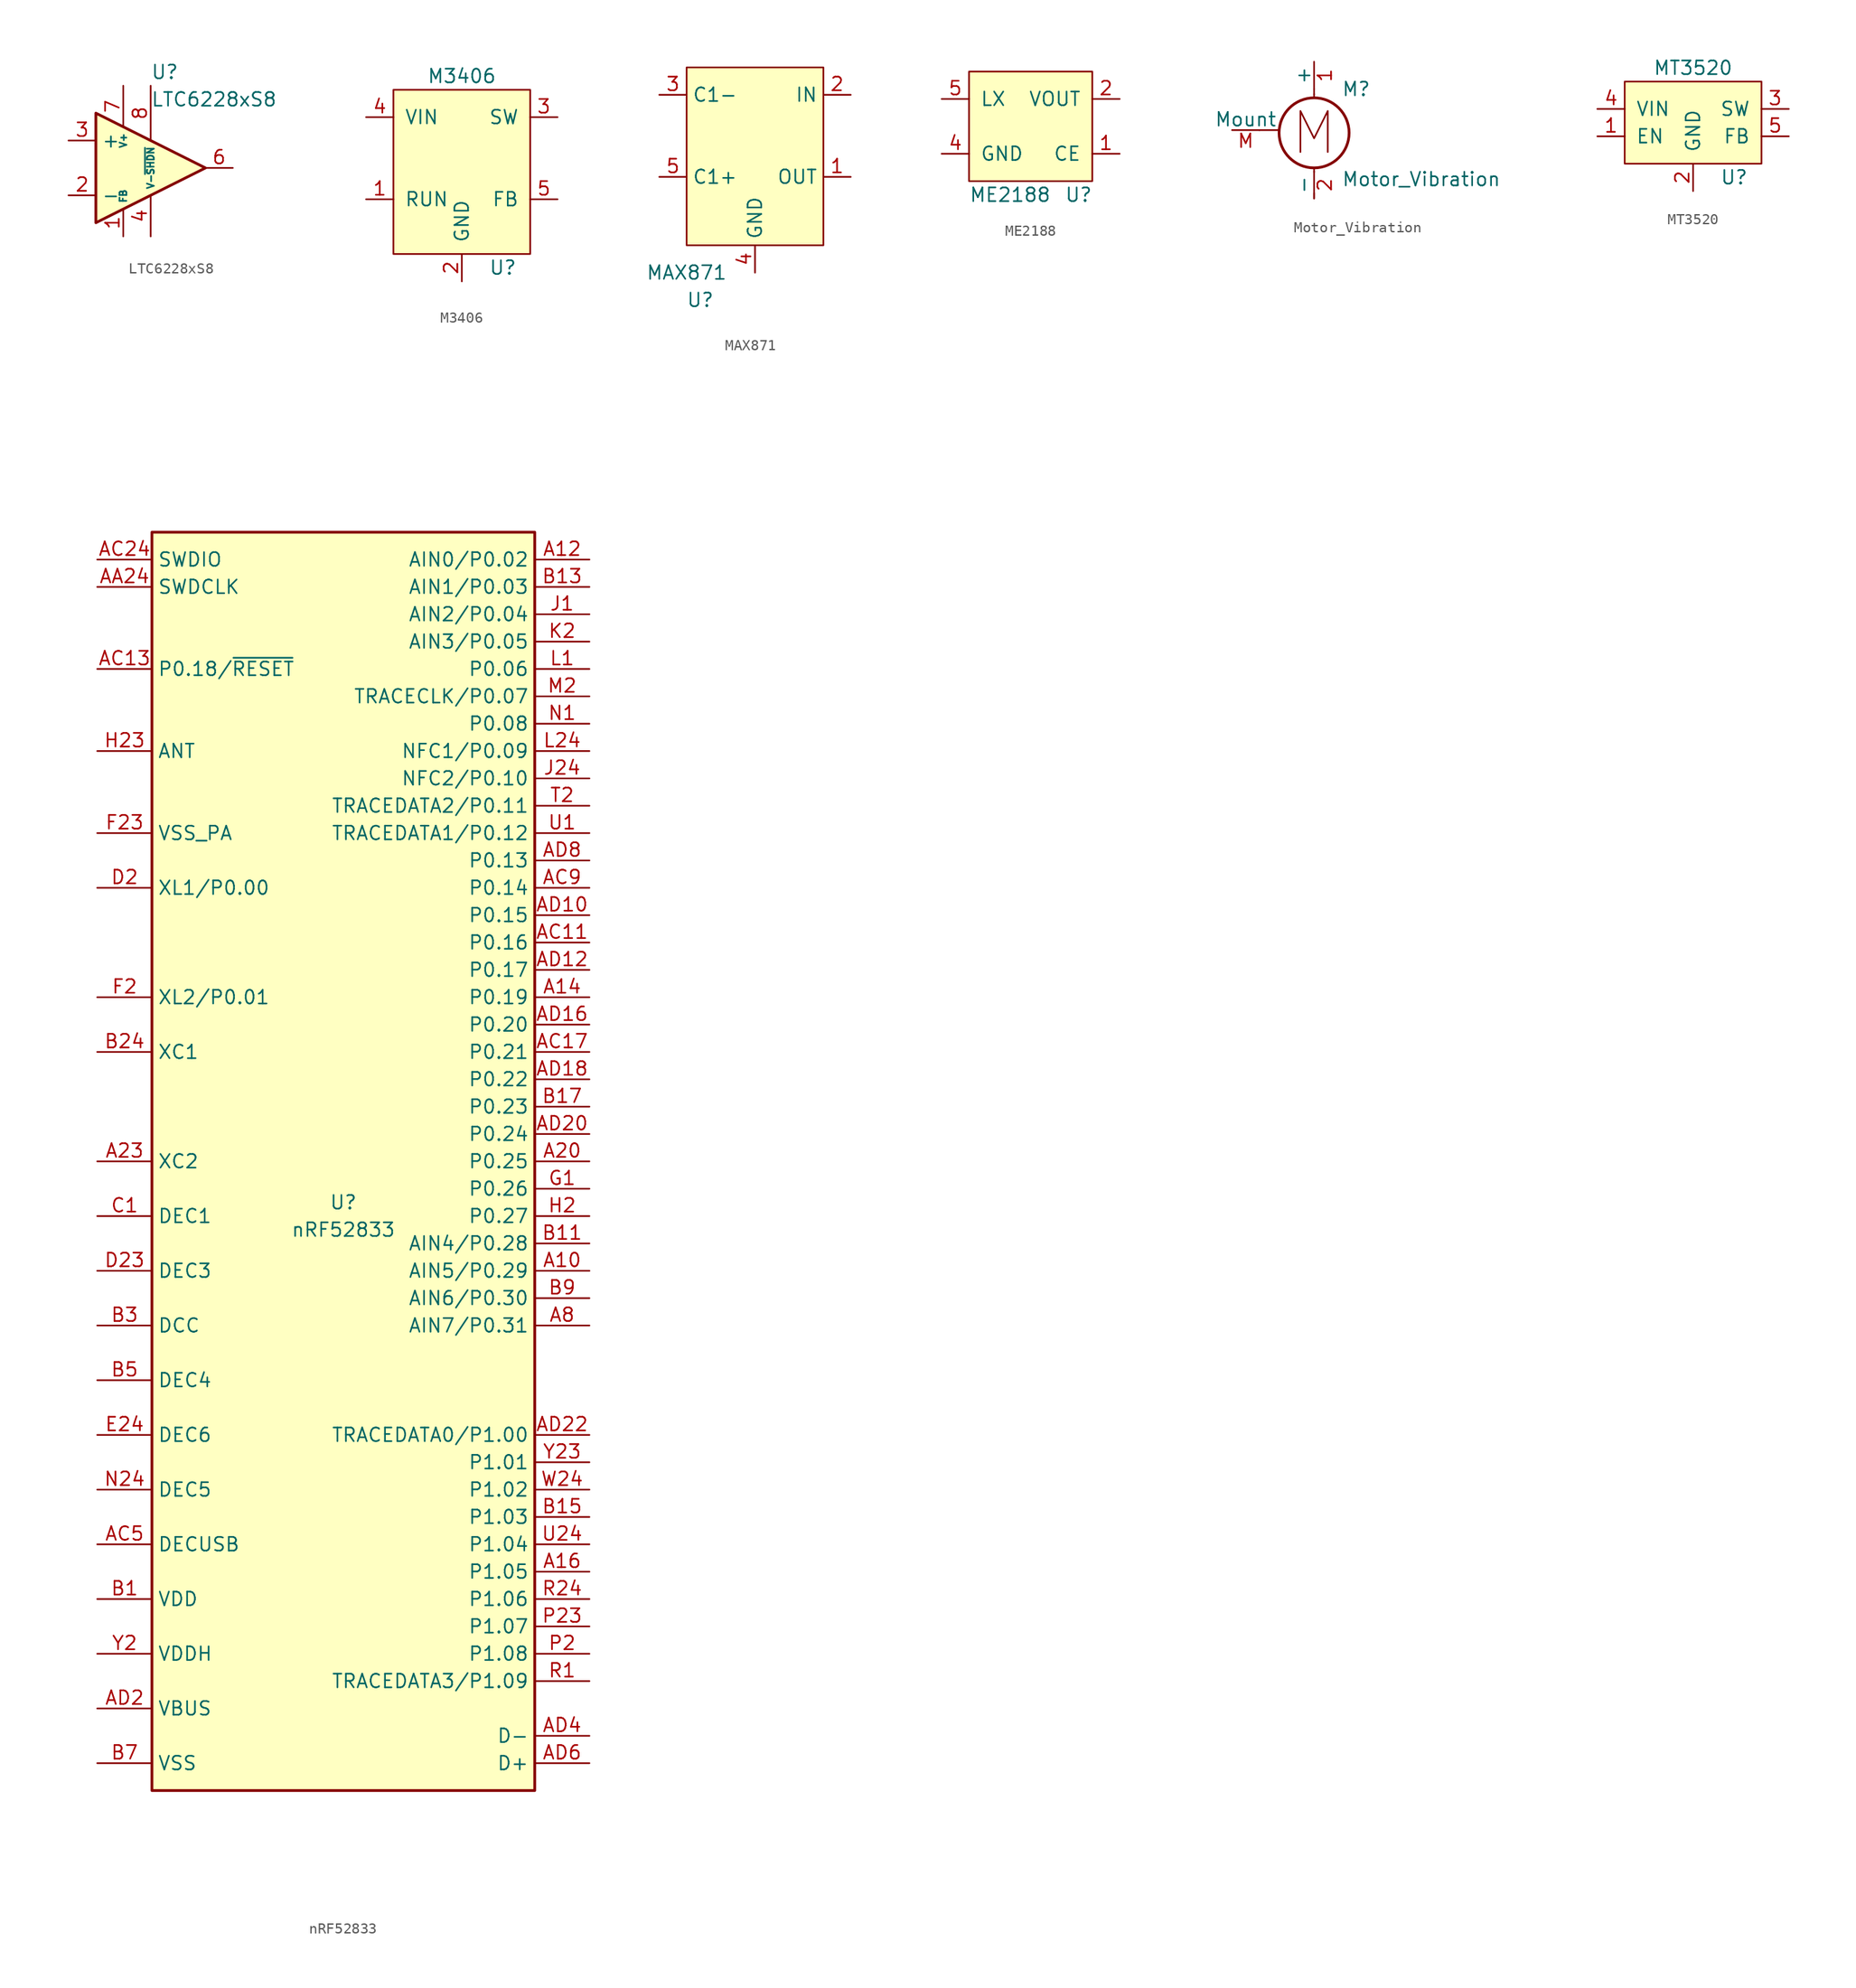
<source format=kicad_sym>
(kicad_symbol_lib
  (version 20211014)
  (generator kicad_symbol_editor)
  (symbol "LTC6228xS8"
    (property "Reference" "U"
      (at 0 8.89 0)
      (effects (font (size 1.27 1.27)) (justify left)))
    (property "Value" "LTC6228xS8"
      (at 0 6.35 0)
      (effects (font (size 1.27 1.27)) (justify left)))
    (symbol "LTC6228xS8_0_1"
      (polyline (pts (xy 5.08 0) (xy -5.08 5.08) (xy -5.08 -5.08) (xy 5.08 0)) (stroke (width 0.254) (type default) (color 0 0 0 0)) (fill (type background))))
    (symbol "LTC6228xS8_1_1"
      (pin output line (at -2.54 -6.35 90) (length 2.54) (name "FB" (effects (font (size 0.635 0.635)))) (number "1" (effects (font (size 1.27 1.27)))))
      (pin input line (at -7.62 -2.54 0) (length 2.54) (name "-" (effects (font (size 1.27 1.27)))) (number "2" (effects (font (size 1.27 1.27)))))
      (pin input line (at -7.62 2.54 0) (length 2.54) (name "+" (effects (font (size 1.27 1.27)))) (number "3" (effects (font (size 1.27 1.27)))))
      (pin power_in line (at 0 -6.35 90) (length 3.81) (name "V-" (effects (font (size 0.635 0.635)))) (number "4" (effects (font (size 1.27 1.27)))))
      (pin passive line (at 0 -6.35 90) (length 3.81) hide (name "V-" (effects (font (size 0.635 0.635)))) (number "5" (effects (font (size 1.27 1.27)))))
      (pin output line (at 7.62 0 180) (length 2.54) (name "~" (effects (font (size 1.27 1.27)))) (number "6" (effects (font (size 1.27 1.27)))))
      (pin power_in line (at -2.54 7.62 270) (length 3.81) (name "V+" (effects (font (size 0.635 0.635)))) (number "7" (effects (font (size 1.27 1.27)))))
      (pin input line (at 0 7.62 270) (length 5.08) (name "~{SHDN}" (effects (font (size 0.635 0.635)))) (number "8" (effects (font (size 1.27 1.27)))))))
  (symbol "M3406"
    (pin_names
      (offset 1.016))
    (property "Reference" "U"
      (at 3.81 -5.08 0)
      (effects (font (size 1.27 1.27))))
    (property "Value" "M3406"
      (at 0 12.7 0)
      (effects (font (size 1.27 1.27))))
    (symbol "M3406_0_1"
      (rectangle (start -6.35 11.43) (end 6.35 -3.81) (stroke (width 0) (type default) (color 0 0 0 0)) (fill (type background))))
    (symbol "M3406_1_1"
      (pin input line (at -8.89 1.27 0) (length 2.54) (name "RUN" (effects (font (size 1.27 1.27)))) (number "1" (effects (font (size 1.27 1.27)))))
      (pin power_in line (at 0 -6.35 90) (length 2.54) (name "GND" (effects (font (size 1.27 1.27)))) (number "2" (effects (font (size 1.27 1.27)))))
      (pin power_out line (at 8.89 8.89 180) (length 2.54) (name "SW" (effects (font (size 1.27 1.27)))) (number "3" (effects (font (size 1.27 1.27)))))
      (pin power_in line (at -8.89 8.89 0) (length 2.54) (name "VIN" (effects (font (size 1.27 1.27)))) (number "4" (effects (font (size 1.27 1.27)))))
      (pin input line (at 8.89 1.27 180) (length 2.54) (name "FB" (effects (font (size 1.27 1.27)))) (number "5" (effects (font (size 1.27 1.27)))))))
  (symbol "MAX871"
    (property "Reference" "U"
      (at -5.08 -5.08 0)
      (effects (font (size 1.27 1.27))))
    (property "Value" "MAX871"
      (at -6.35 -2.54 0)
      (effects (font (size 1.27 1.27))))
    (symbol "MAX871_0_1"
      (rectangle (start -6.35 16.51) (end 6.35 0) (stroke (width 0) (type default) (color 0 0 0 0)) (fill (type background))))
    (symbol "MAX871_1_1"
      (pin power_out line (at 8.89 6.35 180) (length 2.54) (name "OUT" (effects (font (size 1.27 1.27)))) (number "1" (effects (font (size 1.27 1.27)))))
      (pin power_in line (at 8.89 13.97 180) (length 2.54) (name "IN" (effects (font (size 1.27 1.27)))) (number "2" (effects (font (size 1.27 1.27)))))
      (pin passive line (at -8.89 13.97 0) (length 2.54) (name "C1-" (effects (font (size 1.27 1.27)))) (number "3" (effects (font (size 1.27 1.27)))))
      (pin power_in line (at 0 -2.54 90) (length 2.54) (name "GND" (effects (font (size 1.27 1.27)))) (number "4" (effects (font (size 1.27 1.27)))))
      (pin passive line (at -8.89 6.35 0) (length 2.54) (name "C1+" (effects (font (size 1.27 1.27)))) (number "5" (effects (font (size 1.27 1.27)))))))
  (symbol "ME2188"
    (pin_names
      (offset 1.016))
    (property "Reference" "U"
      (at 3.81 1.27 0)
      (effects (font (size 1.27 1.27))))
    (property "Value" "ME2188"
      (at -2.54 1.27 0)
      (effects (font (size 1.27 1.27))))
    (symbol "ME2188_0_1"
      (rectangle (start -6.35 12.7) (end 5.08 2.54) (stroke (width 0) (type default) (color 0 0 0 0)) (fill (type background))))
    (symbol "ME2188_1_0"
      (pin input line (at 7.62 5.08 180) (length 2.54) (name "CE" (effects (font (size 1.27 1.27)))) (number "1" (effects (font (size 1.27 1.27)))))
      (pin output line (at 7.62 10.16 180) (length 2.54) (name "VOUT" (effects (font (size 1.27 1.27)))) (number "2" (effects (font (size 1.27 1.27)))))
      (pin no_connect line (at -1.27 11.43 90) (length 2.54) hide (name "NC" (effects (font (size 1.27 1.27)))) (number "3" (effects (font (size 1.27 1.27)))))
      (pin power_in line (at -8.89 5.08 0) (length 2.54) (name "GND" (effects (font (size 1.27 1.27)))) (number "4" (effects (font (size 1.27 1.27)))))
      (pin power_in line (at -8.89 10.16 0) (length 2.54) (name "LX" (effects (font (size 1.27 1.27)))) (number "5" (effects (font (size 1.27 1.27)))))))
  (symbol "Motor_Vibration"
    (pin_names
      (offset 0))
    (property "Reference" "M"
      (at 2.54 2.54 0)
      (effects (font (size 1.27 1.27)) (justify left)))
    (property "Value" "Motor_Vibration"
      (at 2.54 -5.08 0)
      (effects (font (size 1.27 1.27)) (justify left top)))
    (symbol "Motor_Vibration_0_0"
      (polyline (pts (xy -1.27 -3.302) (xy -1.27 0.508) (xy 0 -2.032) (xy 1.27 0.508) (xy 1.27 -3.302)) (stroke (width 0) (type default) (color 0 0 0 0)) (fill (type none))))
    (symbol "Motor_Vibration_0_1"
      (circle (center 0 -1.524) (radius 3.251) (stroke (width 0.254) (type default) (color 0 0 0 0)) (fill (type none)))
      (polyline (pts (xy -5.08 -1.27) (xy -3.327 -1.27)) (stroke (width 0) (type default) (color 0 0 0 0)) (fill (type none)))
      (polyline (pts (xy 0 -7.62) (xy 0 -7.112)) (stroke (width 0) (type default) (color 0 0 0 0)) (fill (type none)))
      (polyline (pts (xy 0 -4.775) (xy 0 -5.182)) (stroke (width 0) (type default) (color 0 0 0 0)) (fill (type none)))
      (polyline (pts (xy 0 1.727) (xy 0 2.083)) (stroke (width 0) (type default) (color 0 0 0 0)) (fill (type none)))
      (polyline (pts (xy 0 2.032) (xy 0 2.54)) (stroke (width 0) (type default) (color 0 0 0 0)) (fill (type none))))
    (symbol "Motor_Vibration_1_1"
      (pin passive line (at 0 5.08 270) (length 2.54) (name "+" (effects (font (size 1.27 1.27)))) (number "1" (effects (font (size 1.27 1.27)))))
      (pin passive line (at 0 -7.62 90) (length 2.54) (name "-" (effects (font (size 1.27 1.27)))) (number "2" (effects (font (size 1.27 1.27)))))
      (pin passive line (at -7.62 -1.27 0) (length 2.54) (name "Mount" (effects (font (size 1.27 1.27)))) (number "M" (effects (font (size 1.27 1.27)))))))
  (symbol "MT3520"
    (pin_names
      (offset 1.016))
    (property "Reference" "U"
      (at 3.81 -6.35 0)
      (effects (font (size 1.27 1.27))))
    (property "Value" "MT3520"
      (at 0 3.81 0)
      (effects (font (size 1.27 1.27))))
    (symbol "MT3520_0_1"
      (rectangle (start -6.35 2.54) (end 6.35 -5.08) (stroke (width 0) (type default) (color 0 0 0 0)) (fill (type background))))
    (symbol "MT3520_1_1"
      (pin input line (at -8.89 -2.54 0) (length 2.54) (name "EN" (effects (font (size 1.27 1.27)))) (number "1" (effects (font (size 1.27 1.27)))))
      (pin power_in line (at 0 -7.62 90) (length 2.54) (name "GND" (effects (font (size 1.27 1.27)))) (number "2" (effects (font (size 1.27 1.27)))))
      (pin power_out line (at 8.89 0 180) (length 2.54) (name "SW" (effects (font (size 1.27 1.27)))) (number "3" (effects (font (size 1.27 1.27)))))
      (pin power_in line (at -8.89 0 0) (length 2.54) (name "VIN" (effects (font (size 1.27 1.27)))) (number "4" (effects (font (size 1.27 1.27)))))
      (pin input line (at 8.89 -2.54 180) (length 2.54) (name "FB" (effects (font (size 1.27 1.27)))) (number "5" (effects (font (size 1.27 1.27)))))))
  (symbol "nRF52833"
    (property "Reference" "U"
      (at -1.27 3.81 0)
      (effects (font (size 1.27 1.27))))
    (property "Value" "nRF52833"
      (at -1.27 1.27 0)
      (effects (font (size 1.27 1.27))))
    (symbol "nRF52833_0_1"
      (rectangle (start -19.05 66.04) (end 16.51 -50.8) (stroke (width 0.254) (type default) (color 0 0 0 0)) (fill (type background))))
    (symbol "nRF52833_1_1"
      (pin bidirectional line (at 21.59 -2.54 180) (length 5.08) (name "AIN5/P0.29" (effects (font (size 1.27 1.27)))) (number "A10" (effects (font (size 1.27 1.27)))))
      (pin bidirectional line (at 21.59 63.5 180) (length 5.08) (name "AIN0/P0.02" (effects (font (size 1.27 1.27)))) (number "A12" (effects (font (size 1.27 1.27)))))
      (pin bidirectional line (at 21.59 22.86 180) (length 5.08) (name "P0.19" (effects (font (size 1.27 1.27)))) (number "A14" (effects (font (size 1.27 1.27)))))
      (pin bidirectional line (at 21.59 -30.48 180) (length 5.08) (name "P1.05" (effects (font (size 1.27 1.27)))) (number "A16" (effects (font (size 1.27 1.27)))))
      (pin no_connect line (at -5.08 26.67 180) (length 5.08) hide (name "NC" (effects (font (size 1.27 1.27)))) (number "A18" (effects (font (size 1.27 1.27)))))
      (pin bidirectional line (at 21.59 7.62 180) (length 5.08) (name "P0.25" (effects (font (size 1.27 1.27)))) (number "A20" (effects (font (size 1.27 1.27)))))
      (pin passive line (at -24.13 -33.02 0) (length 5.08) hide (name "VDD" (effects (font (size 1.27 1.27)))) (number "A22" (effects (font (size 1.27 1.27)))))
      (pin input line (at -24.13 7.62 0) (length 5.08) (name "XC2" (effects (font (size 1.27 1.27)))) (number "A23" (effects (font (size 1.27 1.27)))))
      (pin bidirectional line (at 21.59 -7.62 180) (length 5.08) (name "AIN7/P0.31" (effects (font (size 1.27 1.27)))) (number "A8" (effects (font (size 1.27 1.27)))))
      (pin input line (at -24.13 60.96 0) (length 5.08) (name "SWDCLK" (effects (font (size 1.27 1.27)))) (number "AA24" (effects (font (size 1.27 1.27)))))
      (pin no_connect line (at -5.08 24.13 180) (length 5.08) hide (name "NC" (effects (font (size 1.27 1.27)))) (number "AB2" (effects (font (size 1.27 1.27)))))
      (pin bidirectional line (at 21.59 27.94 180) (length 5.08) (name "P0.16" (effects (font (size 1.27 1.27)))) (number "AC11" (effects (font (size 1.27 1.27)))))
      (pin bidirectional line (at -24.13 53.34 0) (length 5.08) (name "P0.18/~{RESET}" (effects (font (size 1.27 1.27)))) (number "AC13" (effects (font (size 1.27 1.27)))))
      (pin no_connect line (at -5.08 16.51 180) (length 5.08) hide (name "NC" (effects (font (size 1.27 1.27)))) (number "AC15" (effects (font (size 1.27 1.27)))))
      (pin bidirectional line (at 21.59 17.78 180) (length 5.08) (name "P0.21" (effects (font (size 1.27 1.27)))) (number "AC17" (effects (font (size 1.27 1.27)))))
      (pin no_connect line (at -5.08 13.97 180) (length 5.08) hide (name "NC" (effects (font (size 1.27 1.27)))) (number "AC19" (effects (font (size 1.27 1.27)))))
      (pin no_connect line (at -5.08 11.43 180) (length 5.08) hide (name "NC" (effects (font (size 1.27 1.27)))) (number "AC21" (effects (font (size 1.27 1.27)))))
      (pin bidirectional line (at -24.13 63.5 0) (length 5.08) (name "SWDIO" (effects (font (size 1.27 1.27)))) (number "AC24" (effects (font (size 1.27 1.27)))))
      (pin passive line (at -24.13 -27.94 0) (length 5.08) (name "DECUSB" (effects (font (size 1.27 1.27)))) (number "AC5" (effects (font (size 1.27 1.27)))))
      (pin bidirectional line (at 21.59 33.02 180) (length 5.08) (name "P0.14" (effects (font (size 1.27 1.27)))) (number "AC9" (effects (font (size 1.27 1.27)))))
      (pin bidirectional line (at 21.59 30.48 180) (length 5.08) (name "P0.15" (effects (font (size 1.27 1.27)))) (number "AD10" (effects (font (size 1.27 1.27)))))
      (pin bidirectional line (at 21.59 25.4 180) (length 5.08) (name "P0.17" (effects (font (size 1.27 1.27)))) (number "AD12" (effects (font (size 1.27 1.27)))))
      (pin passive line (at -24.13 -33.02 0) (length 5.08) hide (name "VDD" (effects (font (size 1.27 1.27)))) (number "AD14" (effects (font (size 1.27 1.27)))))
      (pin bidirectional line (at 21.59 20.32 180) (length 5.08) (name "P0.20" (effects (font (size 1.27 1.27)))) (number "AD16" (effects (font (size 1.27 1.27)))))
      (pin bidirectional line (at 21.59 15.24 180) (length 5.08) (name "P0.22" (effects (font (size 1.27 1.27)))) (number "AD18" (effects (font (size 1.27 1.27)))))
      (pin power_in line (at -24.13 -43.18 0) (length 5.08) (name "VBUS" (effects (font (size 1.27 1.27)))) (number "AD2" (effects (font (size 1.27 1.27)))))
      (pin bidirectional line (at 21.59 10.16 180) (length 5.08) (name "P0.24" (effects (font (size 1.27 1.27)))) (number "AD20" (effects (font (size 1.27 1.27)))))
      (pin bidirectional line (at 21.59 -17.78 180) (length 5.08) (name "TRACEDATA0/P1.00" (effects (font (size 1.27 1.27)))) (number "AD22" (effects (font (size 1.27 1.27)))))
      (pin passive line (at -24.13 -33.02 0) (length 5.08) hide (name "VDD" (effects (font (size 1.27 1.27)))) (number "AD23" (effects (font (size 1.27 1.27)))))
      (pin bidirectional line (at 21.59 -45.72 180) (length 5.08) (name "D-" (effects (font (size 1.27 1.27)))) (number "AD4" (effects (font (size 1.27 1.27)))))
      (pin bidirectional line (at 21.59 -48.26 180) (length 5.08) (name "D+" (effects (font (size 1.27 1.27)))) (number "AD6" (effects (font (size 1.27 1.27)))))
      (pin bidirectional line (at 21.59 35.56 180) (length 5.08) (name "P0.13" (effects (font (size 1.27 1.27)))) (number "AD8" (effects (font (size 1.27 1.27)))))
      (pin power_in line (at -24.13 -33.02 0) (length 5.08) (name "VDD" (effects (font (size 1.27 1.27)))) (number "B1" (effects (font (size 1.27 1.27)))))
      (pin bidirectional line (at 21.59 0 180) (length 5.08) (name "AIN4/P0.28" (effects (font (size 1.27 1.27)))) (number "B11" (effects (font (size 1.27 1.27)))))
      (pin bidirectional line (at 21.59 60.96 180) (length 5.08) (name "AIN1/P0.03" (effects (font (size 1.27 1.27)))) (number "B13" (effects (font (size 1.27 1.27)))))
      (pin bidirectional line (at 21.59 -25.4 180) (length 5.08) (name "P1.03" (effects (font (size 1.27 1.27)))) (number "B15" (effects (font (size 1.27 1.27)))))
      (pin bidirectional line (at 21.59 12.7 180) (length 5.08) (name "P0.23" (effects (font (size 1.27 1.27)))) (number "B17" (effects (font (size 1.27 1.27)))))
      (pin no_connect line (at -5.08 19.05 180) (length 5.08) hide (name "NC" (effects (font (size 1.27 1.27)))) (number "B19" (effects (font (size 1.27 1.27)))))
      (pin input line (at -24.13 17.78 0) (length 5.08) (name "XC1" (effects (font (size 1.27 1.27)))) (number "B24" (effects (font (size 1.27 1.27)))))
      (pin power_out line (at -24.13 -7.62 0) (length 5.08) (name "DCC" (effects (font (size 1.27 1.27)))) (number "B3" (effects (font (size 1.27 1.27)))))
      (pin passive line (at -24.13 -12.7 0) (length 5.08) (name "DEC4" (effects (font (size 1.27 1.27)))) (number "B5" (effects (font (size 1.27 1.27)))))
      (pin power_in line (at -24.13 -48.26 0) (length 5.08) (name "VSS" (effects (font (size 1.27 1.27)))) (number "B7" (effects (font (size 1.27 1.27)))))
      (pin bidirectional line (at 21.59 -5.08 180) (length 5.08) (name "AIN6/P0.30" (effects (font (size 1.27 1.27)))) (number "B9" (effects (font (size 1.27 1.27)))))
      (pin passive line (at -24.13 2.54 0) (length 5.08) (name "DEC1" (effects (font (size 1.27 1.27)))) (number "C1" (effects (font (size 1.27 1.27)))))
      (pin bidirectional line (at -24.13 33.02 0) (length 5.08) (name "XL1/P0.00" (effects (font (size 1.27 1.27)))) (number "D2" (effects (font (size 1.27 1.27)))))
      (pin passive line (at -24.13 -2.54 0) (length 5.08) (name "DEC3" (effects (font (size 1.27 1.27)))) (number "D23" (effects (font (size 1.27 1.27)))))
      (pin passive line (at -24.13 -17.78 0) (length 5.08) (name "DEC6" (effects (font (size 1.27 1.27)))) (number "E24" (effects (font (size 1.27 1.27)))))
      (pin passive line (at -24.13 -48.26 0) (length 5.08) hide (name "VSS" (effects (font (size 1.27 1.27)))) (number "EP" (effects (font (size 1.27 1.27)))))
      (pin bidirectional line (at -24.13 22.86 0) (length 5.08) (name "XL2/P0.01" (effects (font (size 1.27 1.27)))) (number "F2" (effects (font (size 1.27 1.27)))))
      (pin power_in line (at -24.13 38.1 0) (length 5.08) (name "VSS_PA" (effects (font (size 1.27 1.27)))) (number "F23" (effects (font (size 1.27 1.27)))))
      (pin bidirectional line (at 21.59 5.08 180) (length 5.08) (name "P0.26" (effects (font (size 1.27 1.27)))) (number "G1" (effects (font (size 1.27 1.27)))))
      (pin bidirectional line (at 21.59 2.54 180) (length 5.08) (name "P0.27" (effects (font (size 1.27 1.27)))) (number "H2" (effects (font (size 1.27 1.27)))))
      (pin passive line (at -24.13 45.72 0) (length 5.08) (name "ANT" (effects (font (size 1.27 1.27)))) (number "H23" (effects (font (size 1.27 1.27)))))
      (pin bidirectional line (at 21.59 58.42 180) (length 5.08) (name "AIN2/P0.04" (effects (font (size 1.27 1.27)))) (number "J1" (effects (font (size 1.27 1.27)))))
      (pin bidirectional line (at 21.59 43.18 180) (length 5.08) (name "NFC2/P0.10" (effects (font (size 1.27 1.27)))) (number "J24" (effects (font (size 1.27 1.27)))))
      (pin bidirectional line (at 21.59 55.88 180) (length 5.08) (name "AIN3/P0.05" (effects (font (size 1.27 1.27)))) (number "K2" (effects (font (size 1.27 1.27)))))
      (pin bidirectional line (at 21.59 53.34 180) (length 5.08) (name "P0.06" (effects (font (size 1.27 1.27)))) (number "L1" (effects (font (size 1.27 1.27)))))
      (pin bidirectional line (at 21.59 45.72 180) (length 5.08) (name "NFC1/P0.09" (effects (font (size 1.27 1.27)))) (number "L24" (effects (font (size 1.27 1.27)))))
      (pin bidirectional line (at 21.59 50.8 180) (length 5.08) (name "TRACECLK/P0.07" (effects (font (size 1.27 1.27)))) (number "M2" (effects (font (size 1.27 1.27)))))
      (pin bidirectional line (at 21.59 48.26 180) (length 5.08) (name "P0.08" (effects (font (size 1.27 1.27)))) (number "N1" (effects (font (size 1.27 1.27)))))
      (pin passive line (at -24.13 -22.86 0) (length 5.08) (name "DEC5" (effects (font (size 1.27 1.27)))) (number "N24" (effects (font (size 1.27 1.27)))))
      (pin bidirectional line (at 21.59 -38.1 180) (length 5.08) (name "P1.08" (effects (font (size 1.27 1.27)))) (number "P2" (effects (font (size 1.27 1.27)))))
      (pin bidirectional line (at 21.59 -35.56 180) (length 5.08) (name "P1.07" (effects (font (size 1.27 1.27)))) (number "P23" (effects (font (size 1.27 1.27)))))
      (pin bidirectional line (at 21.59 -40.64 180) (length 5.08) (name "TRACEDATA3/P1.09" (effects (font (size 1.27 1.27)))) (number "R1" (effects (font (size 1.27 1.27)))))
      (pin bidirectional line (at 21.59 -33.02 180) (length 5.08) (name "P1.06" (effects (font (size 1.27 1.27)))) (number "R24" (effects (font (size 1.27 1.27)))))
      (pin bidirectional line (at 21.59 40.64 180) (length 5.08) (name "TRACEDATA2/P0.11" (effects (font (size 1.27 1.27)))) (number "T2" (effects (font (size 1.27 1.27)))))
      (pin no_connect line (at -5.08 8.89 180) (length 5.08) hide (name "NC" (effects (font (size 1.27 1.27)))) (number "T23" (effects (font (size 1.27 1.27)))))
      (pin bidirectional line (at 21.59 38.1 180) (length 5.08) (name "TRACEDATA1/P0.12" (effects (font (size 1.27 1.27)))) (number "U1" (effects (font (size 1.27 1.27)))))
      (pin bidirectional line (at 21.59 -27.94 180) (length 5.08) (name "P1.04" (effects (font (size 1.27 1.27)))) (number "U24" (effects (font (size 1.27 1.27)))))
      (pin no_connect line (at -5.08 21.59 180) (length 5.08) hide (name "NC" (effects (font (size 1.27 1.27)))) (number "V23" (effects (font (size 1.27 1.27)))))
      (pin passive line (at -24.13 -33.02 0) (length 5.08) hide (name "VDD" (effects (font (size 1.27 1.27)))) (number "W1" (effects (font (size 1.27 1.27)))))
      (pin bidirectional line (at 21.59 -22.86 180) (length 5.08) (name "P1.02" (effects (font (size 1.27 1.27)))) (number "W24" (effects (font (size 1.27 1.27)))))
      (pin power_in line (at -24.13 -38.1 0) (length 5.08) (name "VDDH" (effects (font (size 1.27 1.27)))) (number "Y2" (effects (font (size 1.27 1.27)))))
      (pin bidirectional line (at 21.59 -20.32 180) (length 5.08) (name "P1.01" (effects (font (size 1.27 1.27)))) (number "Y23" (effects (font (size 1.27 1.27))))))))
</source>
